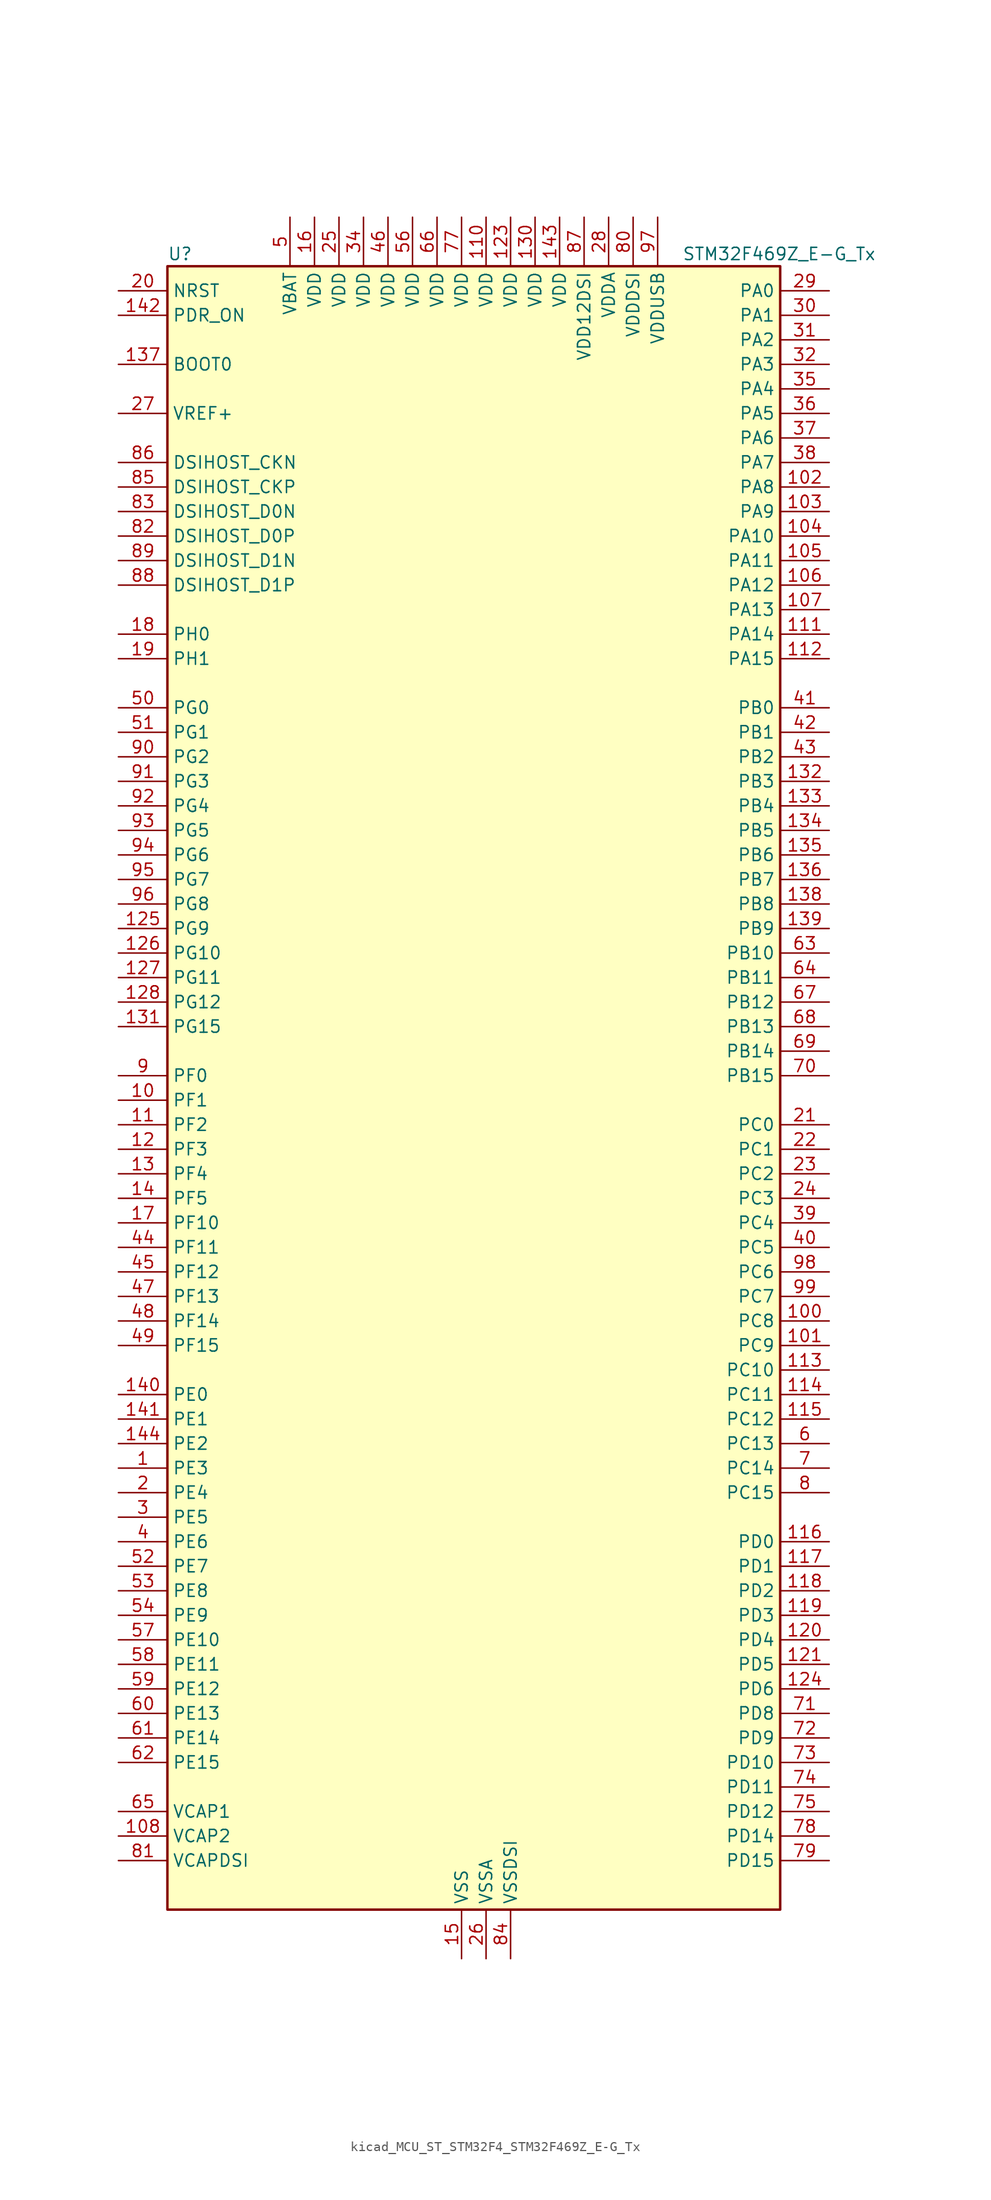
<source format=kicad_sym>
(kicad_symbol_lib
  (version 20220914)
  (generator kicad_symbol_editor)
  (symbol "kicad_MCU_ST_STM32F4_STM32F469Z_E-G_Tx"
    (property "Reference" "U"
      (at -30.48 87.63 0)
      (effects (font (size 1.27 1.27)) (justify left)))
    (property "Value" "STM32F469Z_E-G_Tx"
      (at 22.86 87.63 0)
      (effects (font (size 1.27 1.27)) (justify left)))
    (property "ki_locked" ""
      (at 0 0 0)
      (effects (font (size 1.27 1.27))))
    (symbol "kicad_MCU_ST_STM32F4_STM32F469Z_E-G_Tx_0_1"
      (rectangle (start -30.48 -83.82) (end 33.02 86.36) (stroke (width 0.254) (type default)) (fill (type background))))
    (symbol "kicad_MCU_ST_STM32F4_STM32F469Z_E-G_Tx_1_1"
      (pin bidirectional line (at -35.56 -38.1 0) (length 5.08) (name "PE3" (effects (font (size 1.27 1.27)))) (number "1" (effects (font (size 1.27 1.27)))) (alternate "FMC_A19" bidirectional line) (alternate "SAI1_SD_B" bidirectional line) (alternate "SYS_TRACED0" bidirectional line))
      (pin bidirectional line (at -35.56 0 0) (length 5.08) (name "PF1" (effects (font (size 1.27 1.27)))) (number "10" (effects (font (size 1.27 1.27)))) (alternate "FMC_A1" bidirectional line) (alternate "I2C2_SCL" bidirectional line))
      (pin bidirectional line (at 38.1 -22.86 180) (length 5.08) (name "PC8" (effects (font (size 1.27 1.27)))) (number "100" (effects (font (size 1.27 1.27)))) (alternate "DCMI_D2" bidirectional line) (alternate "SDIO_D0" bidirectional line) (alternate "SYS_TRACED1" bidirectional line) (alternate "TIM3_CH3" bidirectional line) (alternate "TIM8_CH3" bidirectional line) (alternate "USART6_CK" bidirectional line))
      (pin bidirectional line (at 38.1 -25.4 180) (length 5.08) (name "PC9" (effects (font (size 1.27 1.27)))) (number "101" (effects (font (size 1.27 1.27)))) (alternate "DAC_EXTI9" bidirectional line) (alternate "DCMI_D3" bidirectional line) (alternate "I2C3_SDA" bidirectional line) (alternate "I2S_CKIN" bidirectional line) (alternate "QUADSPI_BK1_IO0" bidirectional line) (alternate "RCC_MCO_2" bidirectional line) (alternate "SDIO_D1" bidirectional line) (alternate "TIM3_CH4" bidirectional line) (alternate "TIM8_CH4" bidirectional line))
      (pin bidirectional line (at 38.1 63.5 180) (length 5.08) (name "PA8" (effects (font (size 1.27 1.27)))) (number "102" (effects (font (size 1.27 1.27)))) (alternate "I2C3_SCL" bidirectional line) (alternate "LTDC_R6" bidirectional line) (alternate "RCC_MCO_1" bidirectional line) (alternate "TIM1_CH1" bidirectional line) (alternate "USART1_CK" bidirectional line) (alternate "USB_OTG_FS_SOF" bidirectional line))
      (pin bidirectional line (at 38.1 60.96 180) (length 5.08) (name "PA9" (effects (font (size 1.27 1.27)))) (number "103" (effects (font (size 1.27 1.27)))) (alternate "DAC_EXTI9" bidirectional line) (alternate "DCMI_D0" bidirectional line) (alternate "I2C3_SMBA" bidirectional line) (alternate "I2S2_CK" bidirectional line) (alternate "SPI2_SCK" bidirectional line) (alternate "TIM1_CH2" bidirectional line) (alternate "USART1_TX" bidirectional line) (alternate "USB_OTG_FS_VBUS" bidirectional line))
      (pin bidirectional line (at 38.1 58.42 180) (length 5.08) (name "PA10" (effects (font (size 1.27 1.27)))) (number "104" (effects (font (size 1.27 1.27)))) (alternate "DCMI_D1" bidirectional line) (alternate "TIM1_CH3" bidirectional line) (alternate "USART1_RX" bidirectional line) (alternate "USB_OTG_FS_ID" bidirectional line))
      (pin bidirectional line (at 38.1 55.88 180) (length 5.08) (name "PA11" (effects (font (size 1.27 1.27)))) (number "105" (effects (font (size 1.27 1.27)))) (alternate "ADC1_EXTI11" bidirectional line) (alternate "ADC2_EXTI11" bidirectional line) (alternate "ADC3_EXTI11" bidirectional line) (alternate "CAN1_RX" bidirectional line) (alternate "LTDC_R4" bidirectional line) (alternate "TIM1_CH4" bidirectional line) (alternate "USART1_CTS" bidirectional line) (alternate "USB_OTG_FS_DM" bidirectional line))
      (pin bidirectional line (at 38.1 53.34 180) (length 5.08) (name "PA12" (effects (font (size 1.27 1.27)))) (number "106" (effects (font (size 1.27 1.27)))) (alternate "CAN1_TX" bidirectional line) (alternate "LTDC_R5" bidirectional line) (alternate "TIM1_ETR" bidirectional line) (alternate "USART1_RTS" bidirectional line) (alternate "USB_OTG_FS_DP" bidirectional line))
      (pin bidirectional line (at 38.1 50.8 180) (length 5.08) (name "PA13" (effects (font (size 1.27 1.27)))) (number "107" (effects (font (size 1.27 1.27)))) (alternate "SYS_JTMS-SWDIO" bidirectional line))
      (pin power_out line (at -35.56 -76.2 0) (length 5.08) (name "VCAP2" (effects (font (size 1.27 1.27)))) (number "108" (effects (font (size 1.27 1.27)))))
      (pin passive line (at 0 -88.9 90) (length 5.08) hide (name "VSS" (effects (font (size 1.27 1.27)))) (number "109" (effects (font (size 1.27 1.27)))))
      (pin bidirectional line (at -35.56 -2.54 0) (length 5.08) (name "PF2" (effects (font (size 1.27 1.27)))) (number "11" (effects (font (size 1.27 1.27)))) (alternate "FMC_A2" bidirectional line) (alternate "I2C2_SMBA" bidirectional line))
      (pin power_in line (at 2.54 91.44 270) (length 5.08) (name "VDD" (effects (font (size 1.27 1.27)))) (number "110" (effects (font (size 1.27 1.27)))))
      (pin bidirectional line (at 38.1 48.26 180) (length 5.08) (name "PA14" (effects (font (size 1.27 1.27)))) (number "111" (effects (font (size 1.27 1.27)))) (alternate "SYS_JTCK-SWCLK" bidirectional line))
      (pin bidirectional line (at 38.1 45.72 180) (length 5.08) (name "PA15" (effects (font (size 1.27 1.27)))) (number "112" (effects (font (size 1.27 1.27)))) (alternate "ADC1_EXTI15" bidirectional line) (alternate "ADC2_EXTI15" bidirectional line) (alternate "ADC3_EXTI15" bidirectional line) (alternate "I2S3_WS" bidirectional line) (alternate "SPI1_NSS" bidirectional line) (alternate "SPI3_NSS" bidirectional line) (alternate "SYS_JTDI" bidirectional line) (alternate "TIM2_CH1" bidirectional line) (alternate "TIM2_ETR" bidirectional line))
      (pin bidirectional line (at 38.1 -27.94 180) (length 5.08) (name "PC10" (effects (font (size 1.27 1.27)))) (number "113" (effects (font (size 1.27 1.27)))) (alternate "DCMI_D8" bidirectional line) (alternate "I2S3_CK" bidirectional line) (alternate "LTDC_R2" bidirectional line) (alternate "QUADSPI_BK1_IO1" bidirectional line) (alternate "SDIO_D2" bidirectional line) (alternate "SPI3_SCK" bidirectional line) (alternate "UART4_TX" bidirectional line) (alternate "USART3_TX" bidirectional line))
      (pin bidirectional line (at 38.1 -30.48 180) (length 5.08) (name "PC11" (effects (font (size 1.27 1.27)))) (number "114" (effects (font (size 1.27 1.27)))) (alternate "ADC1_EXTI11" bidirectional line) (alternate "ADC2_EXTI11" bidirectional line) (alternate "ADC3_EXTI11" bidirectional line) (alternate "DCMI_D4" bidirectional line) (alternate "I2S3_ext_SD" bidirectional line) (alternate "QUADSPI_BK2_NCS" bidirectional line) (alternate "SDIO_D3" bidirectional line) (alternate "SPI3_MISO" bidirectional line) (alternate "UART4_RX" bidirectional line) (alternate "USART3_RX" bidirectional line))
      (pin bidirectional line (at 38.1 -33.02 180) (length 5.08) (name "PC12" (effects (font (size 1.27 1.27)))) (number "115" (effects (font (size 1.27 1.27)))) (alternate "DCMI_D9" bidirectional line) (alternate "I2S3_SD" bidirectional line) (alternate "SDIO_CK" bidirectional line) (alternate "SPI3_MOSI" bidirectional line) (alternate "SYS_TRACED3" bidirectional line) (alternate "UART5_TX" bidirectional line) (alternate "USART3_CK" bidirectional line))
      (pin bidirectional line (at 38.1 -45.72 180) (length 5.08) (name "PD0" (effects (font (size 1.27 1.27)))) (number "116" (effects (font (size 1.27 1.27)))) (alternate "CAN1_RX" bidirectional line) (alternate "FMC_D2" bidirectional line) (alternate "FMC_DA2" bidirectional line))
      (pin bidirectional line (at 38.1 -48.26 180) (length 5.08) (name "PD1" (effects (font (size 1.27 1.27)))) (number "117" (effects (font (size 1.27 1.27)))) (alternate "CAN1_TX" bidirectional line) (alternate "FMC_D3" bidirectional line) (alternate "FMC_DA3" bidirectional line))
      (pin bidirectional line (at 38.1 -50.8 180) (length 5.08) (name "PD2" (effects (font (size 1.27 1.27)))) (number "118" (effects (font (size 1.27 1.27)))) (alternate "DCMI_D11" bidirectional line) (alternate "SDIO_CMD" bidirectional line) (alternate "SYS_TRACED2" bidirectional line) (alternate "TIM3_ETR" bidirectional line) (alternate "UART5_RX" bidirectional line))
      (pin bidirectional line (at 38.1 -53.34 180) (length 5.08) (name "PD3" (effects (font (size 1.27 1.27)))) (number "119" (effects (font (size 1.27 1.27)))) (alternate "DCMI_D5" bidirectional line) (alternate "FMC_CLK" bidirectional line) (alternate "I2S2_CK" bidirectional line) (alternate "LTDC_G7" bidirectional line) (alternate "SPI2_SCK" bidirectional line) (alternate "USART2_CTS" bidirectional line))
      (pin bidirectional line (at -35.56 -5.08 0) (length 5.08) (name "PF3" (effects (font (size 1.27 1.27)))) (number "12" (effects (font (size 1.27 1.27)))) (alternate "ADC3_IN9" bidirectional line) (alternate "FMC_A3" bidirectional line))
      (pin bidirectional line (at 38.1 -55.88 180) (length 5.08) (name "PD4" (effects (font (size 1.27 1.27)))) (number "120" (effects (font (size 1.27 1.27)))) (alternate "FMC_NOE" bidirectional line) (alternate "USART2_RTS" bidirectional line))
      (pin bidirectional line (at 38.1 -58.42 180) (length 5.08) (name "PD5" (effects (font (size 1.27 1.27)))) (number "121" (effects (font (size 1.27 1.27)))) (alternate "FMC_NWE" bidirectional line) (alternate "USART2_TX" bidirectional line))
      (pin passive line (at 0 -88.9 90) (length 5.08) hide (name "VSS" (effects (font (size 1.27 1.27)))) (number "122" (effects (font (size 1.27 1.27)))))
      (pin power_in line (at 5.08 91.44 270) (length 5.08) (name "VDD" (effects (font (size 1.27 1.27)))) (number "123" (effects (font (size 1.27 1.27)))))
      (pin bidirectional line (at 38.1 -60.96 180) (length 5.08) (name "PD6" (effects (font (size 1.27 1.27)))) (number "124" (effects (font (size 1.27 1.27)))) (alternate "DCMI_D10" bidirectional line) (alternate "FMC_NWAIT" bidirectional line) (alternate "I2S3_SD" bidirectional line) (alternate "LTDC_B2" bidirectional line) (alternate "SAI1_SD_A" bidirectional line) (alternate "SPI3_MOSI" bidirectional line) (alternate "USART2_RX" bidirectional line))
      (pin bidirectional line (at -35.56 17.78 0) (length 5.08) (name "PG9" (effects (font (size 1.27 1.27)))) (number "125" (effects (font (size 1.27 1.27)))) (alternate "DAC_EXTI9" bidirectional line) (alternate "DCMI_VSYNC" bidirectional line) (alternate "FMC_NCE" bidirectional line) (alternate "FMC_NE2" bidirectional line) (alternate "QUADSPI_BK2_IO2" bidirectional line) (alternate "USART6_RX" bidirectional line))
      (pin bidirectional line (at -35.56 15.24 0) (length 5.08) (name "PG10" (effects (font (size 1.27 1.27)))) (number "126" (effects (font (size 1.27 1.27)))) (alternate "DCMI_D2" bidirectional line) (alternate "FMC_NE3" bidirectional line) (alternate "LTDC_B2" bidirectional line) (alternate "LTDC_G3" bidirectional line))
      (pin bidirectional line (at -35.56 12.7 0) (length 5.08) (name "PG11" (effects (font (size 1.27 1.27)))) (number "127" (effects (font (size 1.27 1.27)))) (alternate "ADC1_EXTI11" bidirectional line) (alternate "ADC2_EXTI11" bidirectional line) (alternate "ADC3_EXTI11" bidirectional line) (alternate "DCMI_D3" bidirectional line) (alternate "LTDC_B3" bidirectional line))
      (pin bidirectional line (at -35.56 10.16 0) (length 5.08) (name "PG12" (effects (font (size 1.27 1.27)))) (number "128" (effects (font (size 1.27 1.27)))) (alternate "FMC_NE4" bidirectional line) (alternate "LTDC_B1" bidirectional line) (alternate "LTDC_B4" bidirectional line) (alternate "USART6_RTS" bidirectional line))
      (pin passive line (at 0 -88.9 90) (length 5.08) hide (name "VSS" (effects (font (size 1.27 1.27)))) (number "129" (effects (font (size 1.27 1.27)))))
      (pin bidirectional line (at -35.56 -7.62 0) (length 5.08) (name "PF4" (effects (font (size 1.27 1.27)))) (number "13" (effects (font (size 1.27 1.27)))) (alternate "ADC3_IN14" bidirectional line) (alternate "FMC_A4" bidirectional line))
      (pin power_in line (at 7.62 91.44 270) (length 5.08) (name "VDD" (effects (font (size 1.27 1.27)))) (number "130" (effects (font (size 1.27 1.27)))))
      (pin bidirectional line (at -35.56 7.62 0) (length 5.08) (name "PG15" (effects (font (size 1.27 1.27)))) (number "131" (effects (font (size 1.27 1.27)))) (alternate "ADC1_EXTI15" bidirectional line) (alternate "ADC2_EXTI15" bidirectional line) (alternate "ADC3_EXTI15" bidirectional line) (alternate "DCMI_D13" bidirectional line) (alternate "FMC_SDNCAS" bidirectional line) (alternate "USART6_CTS" bidirectional line))
      (pin bidirectional line (at 38.1 33.02 180) (length 5.08) (name "PB3" (effects (font (size 1.27 1.27)))) (number "132" (effects (font (size 1.27 1.27)))) (alternate "I2S3_CK" bidirectional line) (alternate "SPI1_SCK" bidirectional line) (alternate "SPI3_SCK" bidirectional line) (alternate "SYS_JTDO-SWO" bidirectional line) (alternate "TIM2_CH2" bidirectional line))
      (pin bidirectional line (at 38.1 30.48 180) (length 5.08) (name "PB4" (effects (font (size 1.27 1.27)))) (number "133" (effects (font (size 1.27 1.27)))) (alternate "I2S3_ext_SD" bidirectional line) (alternate "SPI1_MISO" bidirectional line) (alternate "SPI3_MISO" bidirectional line) (alternate "SYS_JTRST" bidirectional line) (alternate "TIM3_CH1" bidirectional line))
      (pin bidirectional line (at 38.1 27.94 180) (length 5.08) (name "PB5" (effects (font (size 1.27 1.27)))) (number "134" (effects (font (size 1.27 1.27)))) (alternate "CAN2_RX" bidirectional line) (alternate "DCMI_D10" bidirectional line) (alternate "FMC_SDCKE1" bidirectional line) (alternate "I2C1_SMBA" bidirectional line) (alternate "I2S3_SD" bidirectional line) (alternate "LTDC_G7" bidirectional line) (alternate "SPI1_MOSI" bidirectional line) (alternate "SPI3_MOSI" bidirectional line) (alternate "TIM3_CH2" bidirectional line) (alternate "USB_OTG_HS_ULPI_D7" bidirectional line))
      (pin bidirectional line (at 38.1 25.4 180) (length 5.08) (name "PB6" (effects (font (size 1.27 1.27)))) (number "135" (effects (font (size 1.27 1.27)))) (alternate "CAN2_TX" bidirectional line) (alternate "DCMI_D5" bidirectional line) (alternate "FMC_SDNE1" bidirectional line) (alternate "I2C1_SCL" bidirectional line) (alternate "QUADSPI_BK1_NCS" bidirectional line) (alternate "TIM4_CH1" bidirectional line) (alternate "USART1_TX" bidirectional line))
      (pin bidirectional line (at 38.1 22.86 180) (length 5.08) (name "PB7" (effects (font (size 1.27 1.27)))) (number "136" (effects (font (size 1.27 1.27)))) (alternate "DCMI_VSYNC" bidirectional line) (alternate "FMC_NL" bidirectional line) (alternate "I2C1_SDA" bidirectional line) (alternate "TIM4_CH2" bidirectional line) (alternate "USART1_RX" bidirectional line))
      (pin input line (at -35.56 76.2 0) (length 5.08) (name "BOOT0" (effects (font (size 1.27 1.27)))) (number "137" (effects (font (size 1.27 1.27)))))
      (pin bidirectional line (at 38.1 20.32 180) (length 5.08) (name "PB8" (effects (font (size 1.27 1.27)))) (number "138" (effects (font (size 1.27 1.27)))) (alternate "CAN1_RX" bidirectional line) (alternate "DCMI_D6" bidirectional line) (alternate "I2C1_SCL" bidirectional line) (alternate "LTDC_B6" bidirectional line) (alternate "SDIO_D4" bidirectional line) (alternate "TIM10_CH1" bidirectional line) (alternate "TIM4_CH3" bidirectional line))
      (pin bidirectional line (at 38.1 17.78 180) (length 5.08) (name "PB9" (effects (font (size 1.27 1.27)))) (number "139" (effects (font (size 1.27 1.27)))) (alternate "CAN1_TX" bidirectional line) (alternate "DAC_EXTI9" bidirectional line) (alternate "DCMI_D7" bidirectional line) (alternate "I2C1_SDA" bidirectional line) (alternate "I2S2_WS" bidirectional line) (alternate "LTDC_B7" bidirectional line) (alternate "SDIO_D5" bidirectional line) (alternate "SPI2_NSS" bidirectional line) (alternate "TIM11_CH1" bidirectional line) (alternate "TIM4_CH4" bidirectional line))
      (pin bidirectional line (at -35.56 -10.16 0) (length 5.08) (name "PF5" (effects (font (size 1.27 1.27)))) (number "14" (effects (font (size 1.27 1.27)))) (alternate "ADC3_IN15" bidirectional line) (alternate "FMC_A5" bidirectional line))
      (pin bidirectional line (at -35.56 -30.48 0) (length 5.08) (name "PE0" (effects (font (size 1.27 1.27)))) (number "140" (effects (font (size 1.27 1.27)))) (alternate "DCMI_D2" bidirectional line) (alternate "FMC_NBL0" bidirectional line) (alternate "TIM4_ETR" bidirectional line) (alternate "UART8_RX" bidirectional line))
      (pin bidirectional line (at -35.56 -33.02 0) (length 5.08) (name "PE1" (effects (font (size 1.27 1.27)))) (number "141" (effects (font (size 1.27 1.27)))) (alternate "DCMI_D3" bidirectional line) (alternate "FMC_NBL1" bidirectional line) (alternate "UART8_TX" bidirectional line))
      (pin input line (at -35.56 81.28 0) (length 5.08) (name "PDR_ON" (effects (font (size 1.27 1.27)))) (number "142" (effects (font (size 1.27 1.27)))))
      (pin power_in line (at 10.16 91.44 270) (length 5.08) (name "VDD" (effects (font (size 1.27 1.27)))) (number "143" (effects (font (size 1.27 1.27)))))
      (pin bidirectional line (at -35.56 -35.56 0) (length 5.08) (name "PE2" (effects (font (size 1.27 1.27)))) (number "144" (effects (font (size 1.27 1.27)))) (alternate "FMC_A23" bidirectional line) (alternate "QUADSPI_BK1_IO2" bidirectional line) (alternate "SAI1_MCLK_A" bidirectional line) (alternate "SPI4_SCK" bidirectional line) (alternate "SYS_TRACECLK" bidirectional line))
      (pin power_in line (at 0 -88.9 90) (length 5.08) (name "VSS" (effects (font (size 1.27 1.27)))) (number "15" (effects (font (size 1.27 1.27)))))
      (pin power_in line (at -15.24 91.44 270) (length 5.08) (name "VDD" (effects (font (size 1.27 1.27)))) (number "16" (effects (font (size 1.27 1.27)))))
      (pin bidirectional line (at -35.56 -12.7 0) (length 5.08) (name "PF10" (effects (font (size 1.27 1.27)))) (number "17" (effects (font (size 1.27 1.27)))) (alternate "ADC3_IN8" bidirectional line) (alternate "DCMI_D11" bidirectional line) (alternate "LTDC_DE" bidirectional line) (alternate "QUADSPI_CLK" bidirectional line))
      (pin bidirectional line (at -35.56 48.26 0) (length 5.08) (name "PH0" (effects (font (size 1.27 1.27)))) (number "18" (effects (font (size 1.27 1.27)))) (alternate "RCC_OSC_IN" bidirectional line))
      (pin bidirectional line (at -35.56 45.72 0) (length 5.08) (name "PH1" (effects (font (size 1.27 1.27)))) (number "19" (effects (font (size 1.27 1.27)))) (alternate "RCC_OSC_OUT" bidirectional line))
      (pin bidirectional line (at -35.56 -40.64 0) (length 5.08) (name "PE4" (effects (font (size 1.27 1.27)))) (number "2" (effects (font (size 1.27 1.27)))) (alternate "DCMI_D4" bidirectional line) (alternate "FMC_A20" bidirectional line) (alternate "LTDC_B0" bidirectional line) (alternate "SAI1_FS_A" bidirectional line) (alternate "SPI4_NSS" bidirectional line) (alternate "SYS_TRACED1" bidirectional line))
      (pin input line (at -35.56 83.82 0) (length 5.08) (name "NRST" (effects (font (size 1.27 1.27)))) (number "20" (effects (font (size 1.27 1.27)))))
      (pin bidirectional line (at 38.1 -2.54 180) (length 5.08) (name "PC0" (effects (font (size 1.27 1.27)))) (number "21" (effects (font (size 1.27 1.27)))) (alternate "ADC1_IN10" bidirectional line) (alternate "ADC2_IN10" bidirectional line) (alternate "ADC3_IN10" bidirectional line) (alternate "FMC_SDNWE" bidirectional line) (alternate "LTDC_R5" bidirectional line) (alternate "USB_OTG_HS_ULPI_STP" bidirectional line))
      (pin bidirectional line (at 38.1 -5.08 180) (length 5.08) (name "PC1" (effects (font (size 1.27 1.27)))) (number "22" (effects (font (size 1.27 1.27)))) (alternate "ADC1_IN11" bidirectional line) (alternate "ADC2_IN11" bidirectional line) (alternate "ADC3_IN11" bidirectional line) (alternate "I2S2_SD" bidirectional line) (alternate "SAI1_SD_A" bidirectional line) (alternate "SPI2_MOSI" bidirectional line) (alternate "SYS_TRACED0" bidirectional line))
      (pin bidirectional line (at 38.1 -7.62 180) (length 5.08) (name "PC2" (effects (font (size 1.27 1.27)))) (number "23" (effects (font (size 1.27 1.27)))) (alternate "ADC1_IN12" bidirectional line) (alternate "ADC2_IN12" bidirectional line) (alternate "ADC3_IN12" bidirectional line) (alternate "FMC_SDNE0" bidirectional line) (alternate "I2S2_ext_SD" bidirectional line) (alternate "SPI2_MISO" bidirectional line) (alternate "USB_OTG_HS_ULPI_DIR" bidirectional line))
      (pin bidirectional line (at 38.1 -10.16 180) (length 5.08) (name "PC3" (effects (font (size 1.27 1.27)))) (number "24" (effects (font (size 1.27 1.27)))) (alternate "ADC1_IN13" bidirectional line) (alternate "ADC2_IN13" bidirectional line) (alternate "ADC3_IN13" bidirectional line) (alternate "FMC_SDCKE0" bidirectional line) (alternate "I2S2_SD" bidirectional line) (alternate "SPI2_MOSI" bidirectional line) (alternate "USB_OTG_HS_ULPI_NXT" bidirectional line))
      (pin power_in line (at -12.7 91.44 270) (length 5.08) (name "VDD" (effects (font (size 1.27 1.27)))) (number "25" (effects (font (size 1.27 1.27)))))
      (pin power_in line (at 2.54 -88.9 90) (length 5.08) (name "VSSA" (effects (font (size 1.27 1.27)))) (number "26" (effects (font (size 1.27 1.27)))))
      (pin input line (at -35.56 71.12 0) (length 5.08) (name "VREF+" (effects (font (size 1.27 1.27)))) (number "27" (effects (font (size 1.27 1.27)))))
      (pin power_in line (at 15.24 91.44 270) (length 5.08) (name "VDDA" (effects (font (size 1.27 1.27)))) (number "28" (effects (font (size 1.27 1.27)))))
      (pin bidirectional line (at 38.1 83.82 180) (length 5.08) (name "PA0" (effects (font (size 1.27 1.27)))) (number "29" (effects (font (size 1.27 1.27)))) (alternate "ADC1_IN0" bidirectional line) (alternate "ADC2_IN0" bidirectional line) (alternate "ADC3_IN0" bidirectional line) (alternate "SYS_WKUP" bidirectional line) (alternate "TIM2_CH1" bidirectional line) (alternate "TIM2_ETR" bidirectional line) (alternate "TIM5_CH1" bidirectional line) (alternate "TIM8_ETR" bidirectional line) (alternate "UART4_TX" bidirectional line) (alternate "USART2_CTS" bidirectional line))
      (pin bidirectional line (at -35.56 -43.18 0) (length 5.08) (name "PE5" (effects (font (size 1.27 1.27)))) (number "3" (effects (font (size 1.27 1.27)))) (alternate "DCMI_D6" bidirectional line) (alternate "FMC_A21" bidirectional line) (alternate "LTDC_G0" bidirectional line) (alternate "SAI1_SCK_A" bidirectional line) (alternate "SPI4_MISO" bidirectional line) (alternate "SYS_TRACED2" bidirectional line) (alternate "TIM9_CH1" bidirectional line))
      (pin bidirectional line (at 38.1 81.28 180) (length 5.08) (name "PA1" (effects (font (size 1.27 1.27)))) (number "30" (effects (font (size 1.27 1.27)))) (alternate "ADC1_IN1" bidirectional line) (alternate "ADC2_IN1" bidirectional line) (alternate "ADC3_IN1" bidirectional line) (alternate "LTDC_R2" bidirectional line) (alternate "QUADSPI_BK1_IO3" bidirectional line) (alternate "TIM2_CH2" bidirectional line) (alternate "TIM5_CH2" bidirectional line) (alternate "UART4_RX" bidirectional line) (alternate "USART2_RTS" bidirectional line))
      (pin bidirectional line (at 38.1 78.74 180) (length 5.08) (name "PA2" (effects (font (size 1.27 1.27)))) (number "31" (effects (font (size 1.27 1.27)))) (alternate "ADC1_IN2" bidirectional line) (alternate "ADC2_IN2" bidirectional line) (alternate "ADC3_IN2" bidirectional line) (alternate "LTDC_R1" bidirectional line) (alternate "TIM2_CH3" bidirectional line) (alternate "TIM5_CH3" bidirectional line) (alternate "TIM9_CH1" bidirectional line) (alternate "USART2_TX" bidirectional line))
      (pin bidirectional line (at 38.1 76.2 180) (length 5.08) (name "PA3" (effects (font (size 1.27 1.27)))) (number "32" (effects (font (size 1.27 1.27)))) (alternate "ADC1_IN3" bidirectional line) (alternate "ADC2_IN3" bidirectional line) (alternate "ADC3_IN3" bidirectional line) (alternate "LTDC_B2" bidirectional line) (alternate "LTDC_B5" bidirectional line) (alternate "TIM2_CH4" bidirectional line) (alternate "TIM5_CH4" bidirectional line) (alternate "TIM9_CH2" bidirectional line) (alternate "USART2_RX" bidirectional line) (alternate "USB_OTG_HS_ULPI_D0" bidirectional line))
      (pin passive line (at 0 -88.9 90) (length 5.08) hide (name "VSS" (effects (font (size 1.27 1.27)))) (number "33" (effects (font (size 1.27 1.27)))))
      (pin power_in line (at -10.16 91.44 270) (length 5.08) (name "VDD" (effects (font (size 1.27 1.27)))) (number "34" (effects (font (size 1.27 1.27)))))
      (pin bidirectional line (at 38.1 73.66 180) (length 5.08) (name "PA4" (effects (font (size 1.27 1.27)))) (number "35" (effects (font (size 1.27 1.27)))) (alternate "ADC1_IN4" bidirectional line) (alternate "ADC2_IN4" bidirectional line) (alternate "DAC_OUT1" bidirectional line) (alternate "DCMI_HSYNC" bidirectional line) (alternate "I2S3_WS" bidirectional line) (alternate "LTDC_VSYNC" bidirectional line) (alternate "SPI1_NSS" bidirectional line) (alternate "SPI3_NSS" bidirectional line) (alternate "USART2_CK" bidirectional line) (alternate "USB_OTG_HS_SOF" bidirectional line))
      (pin bidirectional line (at 38.1 71.12 180) (length 5.08) (name "PA5" (effects (font (size 1.27 1.27)))) (number "36" (effects (font (size 1.27 1.27)))) (alternate "ADC1_IN5" bidirectional line) (alternate "ADC2_IN5" bidirectional line) (alternate "DAC_OUT2" bidirectional line) (alternate "LTDC_R4" bidirectional line) (alternate "SPI1_SCK" bidirectional line) (alternate "TIM2_CH1" bidirectional line) (alternate "TIM2_ETR" bidirectional line) (alternate "TIM8_CH1N" bidirectional line) (alternate "USB_OTG_HS_ULPI_CK" bidirectional line))
      (pin bidirectional line (at 38.1 68.58 180) (length 5.08) (name "PA6" (effects (font (size 1.27 1.27)))) (number "37" (effects (font (size 1.27 1.27)))) (alternate "ADC1_IN6" bidirectional line) (alternate "ADC2_IN6" bidirectional line) (alternate "DCMI_PIXCLK" bidirectional line) (alternate "LTDC_G2" bidirectional line) (alternate "SPI1_MISO" bidirectional line) (alternate "TIM13_CH1" bidirectional line) (alternate "TIM1_BKIN" bidirectional line) (alternate "TIM3_CH1" bidirectional line) (alternate "TIM8_BKIN" bidirectional line))
      (pin bidirectional line (at 38.1 66.04 180) (length 5.08) (name "PA7" (effects (font (size 1.27 1.27)))) (number "38" (effects (font (size 1.27 1.27)))) (alternate "ADC1_IN7" bidirectional line) (alternate "ADC2_IN7" bidirectional line) (alternate "FMC_SDNWE" bidirectional line) (alternate "QUADSPI_CLK" bidirectional line) (alternate "SPI1_MOSI" bidirectional line) (alternate "TIM14_CH1" bidirectional line) (alternate "TIM1_CH1N" bidirectional line) (alternate "TIM3_CH2" bidirectional line) (alternate "TIM8_CH1N" bidirectional line))
      (pin bidirectional line (at 38.1 -12.7 180) (length 5.08) (name "PC4" (effects (font (size 1.27 1.27)))) (number "39" (effects (font (size 1.27 1.27)))) (alternate "ADC1_IN14" bidirectional line) (alternate "ADC2_IN14" bidirectional line) (alternate "FMC_SDNE0" bidirectional line))
      (pin bidirectional line (at -35.56 -45.72 0) (length 5.08) (name "PE6" (effects (font (size 1.27 1.27)))) (number "4" (effects (font (size 1.27 1.27)))) (alternate "DCMI_D7" bidirectional line) (alternate "FMC_A22" bidirectional line) (alternate "LTDC_G1" bidirectional line) (alternate "SAI1_SD_A" bidirectional line) (alternate "SPI4_MOSI" bidirectional line) (alternate "SYS_TRACED3" bidirectional line) (alternate "TIM9_CH2" bidirectional line))
      (pin bidirectional line (at 38.1 -15.24 180) (length 5.08) (name "PC5" (effects (font (size 1.27 1.27)))) (number "40" (effects (font (size 1.27 1.27)))) (alternate "ADC1_IN15" bidirectional line) (alternate "ADC2_IN15" bidirectional line) (alternate "FMC_SDCKE0" bidirectional line))
      (pin bidirectional line (at 38.1 40.64 180) (length 5.08) (name "PB0" (effects (font (size 1.27 1.27)))) (number "41" (effects (font (size 1.27 1.27)))) (alternate "ADC1_IN8" bidirectional line) (alternate "ADC2_IN8" bidirectional line) (alternate "LTDC_G1" bidirectional line) (alternate "LTDC_R3" bidirectional line) (alternate "TIM1_CH2N" bidirectional line) (alternate "TIM3_CH3" bidirectional line) (alternate "TIM8_CH2N" bidirectional line) (alternate "USB_OTG_HS_ULPI_D1" bidirectional line))
      (pin bidirectional line (at 38.1 38.1 180) (length 5.08) (name "PB1" (effects (font (size 1.27 1.27)))) (number "42" (effects (font (size 1.27 1.27)))) (alternate "ADC1_IN9" bidirectional line) (alternate "ADC2_IN9" bidirectional line) (alternate "LTDC_G0" bidirectional line) (alternate "LTDC_R6" bidirectional line) (alternate "TIM1_CH3N" bidirectional line) (alternate "TIM3_CH4" bidirectional line) (alternate "TIM8_CH3N" bidirectional line) (alternate "USB_OTG_HS_ULPI_D2" bidirectional line))
      (pin bidirectional line (at 38.1 35.56 180) (length 5.08) (name "PB2" (effects (font (size 1.27 1.27)))) (number "43" (effects (font (size 1.27 1.27)))))
      (pin bidirectional line (at -35.56 -15.24 0) (length 5.08) (name "PF11" (effects (font (size 1.27 1.27)))) (number "44" (effects (font (size 1.27 1.27)))) (alternate "ADC1_EXTI11" bidirectional line) (alternate "ADC2_EXTI11" bidirectional line) (alternate "ADC3_EXTI11" bidirectional line) (alternate "DCMI_D12" bidirectional line) (alternate "FMC_SDNRAS" bidirectional line))
      (pin bidirectional line (at -35.56 -17.78 0) (length 5.08) (name "PF12" (effects (font (size 1.27 1.27)))) (number "45" (effects (font (size 1.27 1.27)))) (alternate "FMC_A6" bidirectional line))
      (pin power_in line (at -7.62 91.44 270) (length 5.08) (name "VDD" (effects (font (size 1.27 1.27)))) (number "46" (effects (font (size 1.27 1.27)))))
      (pin bidirectional line (at -35.56 -20.32 0) (length 5.08) (name "PF13" (effects (font (size 1.27 1.27)))) (number "47" (effects (font (size 1.27 1.27)))) (alternate "FMC_A7" bidirectional line))
      (pin bidirectional line (at -35.56 -22.86 0) (length 5.08) (name "PF14" (effects (font (size 1.27 1.27)))) (number "48" (effects (font (size 1.27 1.27)))) (alternate "FMC_A8" bidirectional line))
      (pin bidirectional line (at -35.56 -25.4 0) (length 5.08) (name "PF15" (effects (font (size 1.27 1.27)))) (number "49" (effects (font (size 1.27 1.27)))) (alternate "ADC1_EXTI15" bidirectional line) (alternate "ADC2_EXTI15" bidirectional line) (alternate "ADC3_EXTI15" bidirectional line) (alternate "FMC_A9" bidirectional line))
      (pin power_in line (at -17.78 91.44 270) (length 5.08) (name "VBAT" (effects (font (size 1.27 1.27)))) (number "5" (effects (font (size 1.27 1.27)))))
      (pin bidirectional line (at -35.56 40.64 0) (length 5.08) (name "PG0" (effects (font (size 1.27 1.27)))) (number "50" (effects (font (size 1.27 1.27)))) (alternate "FMC_A10" bidirectional line))
      (pin bidirectional line (at -35.56 38.1 0) (length 5.08) (name "PG1" (effects (font (size 1.27 1.27)))) (number "51" (effects (font (size 1.27 1.27)))) (alternate "FMC_A11" bidirectional line))
      (pin bidirectional line (at -35.56 -48.26 0) (length 5.08) (name "PE7" (effects (font (size 1.27 1.27)))) (number "52" (effects (font (size 1.27 1.27)))) (alternate "FMC_D4" bidirectional line) (alternate "FMC_DA4" bidirectional line) (alternate "QUADSPI_BK2_IO0" bidirectional line) (alternate "TIM1_ETR" bidirectional line) (alternate "UART7_RX" bidirectional line))
      (pin bidirectional line (at -35.56 -50.8 0) (length 5.08) (name "PE8" (effects (font (size 1.27 1.27)))) (number "53" (effects (font (size 1.27 1.27)))) (alternate "FMC_D5" bidirectional line) (alternate "FMC_DA5" bidirectional line) (alternate "QUADSPI_BK2_IO1" bidirectional line) (alternate "TIM1_CH1N" bidirectional line) (alternate "UART7_TX" bidirectional line))
      (pin bidirectional line (at -35.56 -53.34 0) (length 5.08) (name "PE9" (effects (font (size 1.27 1.27)))) (number "54" (effects (font (size 1.27 1.27)))) (alternate "DAC_EXTI9" bidirectional line) (alternate "FMC_D6" bidirectional line) (alternate "FMC_DA6" bidirectional line) (alternate "QUADSPI_BK2_IO2" bidirectional line) (alternate "TIM1_CH1" bidirectional line))
      (pin passive line (at 0 -88.9 90) (length 5.08) hide (name "VSS" (effects (font (size 1.27 1.27)))) (number "55" (effects (font (size 1.27 1.27)))))
      (pin power_in line (at -5.08 91.44 270) (length 5.08) (name "VDD" (effects (font (size 1.27 1.27)))) (number "56" (effects (font (size 1.27 1.27)))))
      (pin bidirectional line (at -35.56 -55.88 0) (length 5.08) (name "PE10" (effects (font (size 1.27 1.27)))) (number "57" (effects (font (size 1.27 1.27)))) (alternate "FMC_D7" bidirectional line) (alternate "FMC_DA7" bidirectional line) (alternate "QUADSPI_BK2_IO3" bidirectional line) (alternate "TIM1_CH2N" bidirectional line))
      (pin bidirectional line (at -35.56 -58.42 0) (length 5.08) (name "PE11" (effects (font (size 1.27 1.27)))) (number "58" (effects (font (size 1.27 1.27)))) (alternate "ADC1_EXTI11" bidirectional line) (alternate "ADC2_EXTI11" bidirectional line) (alternate "ADC3_EXTI11" bidirectional line) (alternate "FMC_D8" bidirectional line) (alternate "FMC_DA8" bidirectional line) (alternate "LTDC_G3" bidirectional line) (alternate "SPI4_NSS" bidirectional line) (alternate "TIM1_CH2" bidirectional line))
      (pin bidirectional line (at -35.56 -60.96 0) (length 5.08) (name "PE12" (effects (font (size 1.27 1.27)))) (number "59" (effects (font (size 1.27 1.27)))) (alternate "FMC_D9" bidirectional line) (alternate "FMC_DA9" bidirectional line) (alternate "LTDC_B4" bidirectional line) (alternate "SPI4_SCK" bidirectional line) (alternate "TIM1_CH3N" bidirectional line))
      (pin bidirectional line (at 38.1 -35.56 180) (length 5.08) (name "PC13" (effects (font (size 1.27 1.27)))) (number "6" (effects (font (size 1.27 1.27)))) (alternate "RTC_AF1" bidirectional line))
      (pin bidirectional line (at -35.56 -63.5 0) (length 5.08) (name "PE13" (effects (font (size 1.27 1.27)))) (number "60" (effects (font (size 1.27 1.27)))) (alternate "FMC_D10" bidirectional line) (alternate "FMC_DA10" bidirectional line) (alternate "LTDC_DE" bidirectional line) (alternate "SPI4_MISO" bidirectional line) (alternate "TIM1_CH3" bidirectional line))
      (pin bidirectional line (at -35.56 -66.04 0) (length 5.08) (name "PE14" (effects (font (size 1.27 1.27)))) (number "61" (effects (font (size 1.27 1.27)))) (alternate "FMC_D11" bidirectional line) (alternate "FMC_DA11" bidirectional line) (alternate "LTDC_CLK" bidirectional line) (alternate "SPI4_MOSI" bidirectional line) (alternate "TIM1_CH4" bidirectional line))
      (pin bidirectional line (at -35.56 -68.58 0) (length 5.08) (name "PE15" (effects (font (size 1.27 1.27)))) (number "62" (effects (font (size 1.27 1.27)))) (alternate "ADC1_EXTI15" bidirectional line) (alternate "ADC2_EXTI15" bidirectional line) (alternate "ADC3_EXTI15" bidirectional line) (alternate "FMC_D12" bidirectional line) (alternate "FMC_DA12" bidirectional line) (alternate "LTDC_R7" bidirectional line) (alternate "TIM1_BKIN" bidirectional line))
      (pin bidirectional line (at 38.1 15.24 180) (length 5.08) (name "PB10" (effects (font (size 1.27 1.27)))) (number "63" (effects (font (size 1.27 1.27)))) (alternate "I2C2_SCL" bidirectional line) (alternate "I2S2_CK" bidirectional line) (alternate "LTDC_G4" bidirectional line) (alternate "QUADSPI_BK1_NCS" bidirectional line) (alternate "SPI2_SCK" bidirectional line) (alternate "TIM2_CH3" bidirectional line) (alternate "USART3_TX" bidirectional line) (alternate "USB_OTG_HS_ULPI_D3" bidirectional line))
      (pin bidirectional line (at 38.1 12.7 180) (length 5.08) (name "PB11" (effects (font (size 1.27 1.27)))) (number "64" (effects (font (size 1.27 1.27)))) (alternate "ADC1_EXTI11" bidirectional line) (alternate "ADC2_EXTI11" bidirectional line) (alternate "ADC3_EXTI11" bidirectional line) (alternate "DSIHOST_TE" bidirectional line) (alternate "I2C2_SDA" bidirectional line) (alternate "LTDC_G5" bidirectional line) (alternate "TIM2_CH4" bidirectional line) (alternate "USART3_RX" bidirectional line) (alternate "USB_OTG_HS_ULPI_D4" bidirectional line))
      (pin power_out line (at -35.56 -73.66 0) (length 5.08) (name "VCAP1" (effects (font (size 1.27 1.27)))) (number "65" (effects (font (size 1.27 1.27)))))
      (pin power_in line (at -2.54 91.44 270) (length 5.08) (name "VDD" (effects (font (size 1.27 1.27)))) (number "66" (effects (font (size 1.27 1.27)))))
      (pin bidirectional line (at 38.1 10.16 180) (length 5.08) (name "PB12" (effects (font (size 1.27 1.27)))) (number "67" (effects (font (size 1.27 1.27)))) (alternate "CAN2_RX" bidirectional line) (alternate "I2C2_SMBA" bidirectional line) (alternate "I2S2_WS" bidirectional line) (alternate "SPI2_NSS" bidirectional line) (alternate "TIM1_BKIN" bidirectional line) (alternate "USART3_CK" bidirectional line) (alternate "USB_OTG_HS_ID" bidirectional line) (alternate "USB_OTG_HS_ULPI_D5" bidirectional line))
      (pin bidirectional line (at 38.1 7.62 180) (length 5.08) (name "PB13" (effects (font (size 1.27 1.27)))) (number "68" (effects (font (size 1.27 1.27)))) (alternate "CAN2_TX" bidirectional line) (alternate "I2S2_CK" bidirectional line) (alternate "SPI2_SCK" bidirectional line) (alternate "TIM1_CH1N" bidirectional line) (alternate "USART3_CTS" bidirectional line) (alternate "USB_OTG_HS_ULPI_D6" bidirectional line) (alternate "USB_OTG_HS_VBUS" bidirectional line))
      (pin bidirectional line (at 38.1 5.08 180) (length 5.08) (name "PB14" (effects (font (size 1.27 1.27)))) (number "69" (effects (font (size 1.27 1.27)))) (alternate "I2S2_ext_SD" bidirectional line) (alternate "SPI2_MISO" bidirectional line) (alternate "TIM12_CH1" bidirectional line) (alternate "TIM1_CH2N" bidirectional line) (alternate "TIM8_CH2N" bidirectional line) (alternate "USART3_RTS" bidirectional line) (alternate "USB_OTG_HS_DM" bidirectional line))
      (pin bidirectional line (at 38.1 -38.1 180) (length 5.08) (name "PC14" (effects (font (size 1.27 1.27)))) (number "7" (effects (font (size 1.27 1.27)))) (alternate "RCC_OSC32_IN" bidirectional line))
      (pin bidirectional line (at 38.1 2.54 180) (length 5.08) (name "PB15" (effects (font (size 1.27 1.27)))) (number "70" (effects (font (size 1.27 1.27)))) (alternate "ADC1_EXTI15" bidirectional line) (alternate "ADC2_EXTI15" bidirectional line) (alternate "ADC3_EXTI15" bidirectional line) (alternate "I2S2_SD" bidirectional line) (alternate "RTC_REFIN" bidirectional line) (alternate "SPI2_MOSI" bidirectional line) (alternate "TIM12_CH2" bidirectional line) (alternate "TIM1_CH3N" bidirectional line) (alternate "TIM8_CH3N" bidirectional line) (alternate "USB_OTG_HS_DP" bidirectional line))
      (pin bidirectional line (at 38.1 -63.5 180) (length 5.08) (name "PD8" (effects (font (size 1.27 1.27)))) (number "71" (effects (font (size 1.27 1.27)))) (alternate "FMC_D13" bidirectional line) (alternate "FMC_DA13" bidirectional line) (alternate "USART3_TX" bidirectional line))
      (pin bidirectional line (at 38.1 -66.04 180) (length 5.08) (name "PD9" (effects (font (size 1.27 1.27)))) (number "72" (effects (font (size 1.27 1.27)))) (alternate "DAC_EXTI9" bidirectional line) (alternate "FMC_D14" bidirectional line) (alternate "FMC_DA14" bidirectional line) (alternate "USART3_RX" bidirectional line))
      (pin bidirectional line (at 38.1 -68.58 180) (length 5.08) (name "PD10" (effects (font (size 1.27 1.27)))) (number "73" (effects (font (size 1.27 1.27)))) (alternate "FMC_D15" bidirectional line) (alternate "FMC_DA15" bidirectional line) (alternate "LTDC_B3" bidirectional line) (alternate "USART3_CK" bidirectional line))
      (pin bidirectional line (at 38.1 -71.12 180) (length 5.08) (name "PD11" (effects (font (size 1.27 1.27)))) (number "74" (effects (font (size 1.27 1.27)))) (alternate "ADC1_EXTI11" bidirectional line) (alternate "ADC2_EXTI11" bidirectional line) (alternate "ADC3_EXTI11" bidirectional line) (alternate "FMC_A16" bidirectional line) (alternate "FMC_CLE" bidirectional line) (alternate "QUADSPI_BK1_IO0" bidirectional line) (alternate "USART3_CTS" bidirectional line))
      (pin bidirectional line (at 38.1 -73.66 180) (length 5.08) (name "PD12" (effects (font (size 1.27 1.27)))) (number "75" (effects (font (size 1.27 1.27)))) (alternate "FMC_A17" bidirectional line) (alternate "FMC_ALE" bidirectional line) (alternate "QUADSPI_BK1_IO1" bidirectional line) (alternate "TIM4_CH1" bidirectional line) (alternate "USART3_RTS" bidirectional line))
      (pin passive line (at 0 -88.9 90) (length 5.08) hide (name "VSS" (effects (font (size 1.27 1.27)))) (number "76" (effects (font (size 1.27 1.27)))))
      (pin power_in line (at 0 91.44 270) (length 5.08) (name "VDD" (effects (font (size 1.27 1.27)))) (number "77" (effects (font (size 1.27 1.27)))))
      (pin bidirectional line (at 38.1 -76.2 180) (length 5.08) (name "PD14" (effects (font (size 1.27 1.27)))) (number "78" (effects (font (size 1.27 1.27)))) (alternate "FMC_D0" bidirectional line) (alternate "FMC_DA0" bidirectional line) (alternate "TIM4_CH3" bidirectional line))
      (pin bidirectional line (at 38.1 -78.74 180) (length 5.08) (name "PD15" (effects (font (size 1.27 1.27)))) (number "79" (effects (font (size 1.27 1.27)))) (alternate "ADC1_EXTI15" bidirectional line) (alternate "ADC2_EXTI15" bidirectional line) (alternate "ADC3_EXTI15" bidirectional line) (alternate "FMC_D1" bidirectional line) (alternate "FMC_DA1" bidirectional line) (alternate "TIM4_CH4" bidirectional line))
      (pin bidirectional line (at 38.1 -40.64 180) (length 5.08) (name "PC15" (effects (font (size 1.27 1.27)))) (number "8" (effects (font (size 1.27 1.27)))) (alternate "ADC1_EXTI15" bidirectional line) (alternate "ADC2_EXTI15" bidirectional line) (alternate "ADC3_EXTI15" bidirectional line) (alternate "RCC_OSC32_OUT" bidirectional line))
      (pin power_in line (at 17.78 91.44 270) (length 5.08) (name "VDDDSI" (effects (font (size 1.27 1.27)))) (number "80" (effects (font (size 1.27 1.27)))))
      (pin power_out line (at -35.56 -78.74 0) (length 5.08) (name "VCAPDSI" (effects (font (size 1.27 1.27)))) (number "81" (effects (font (size 1.27 1.27)))))
      (pin bidirectional line (at -35.56 58.42 0) (length 5.08) (name "DSIHOST_D0P" (effects (font (size 1.27 1.27)))) (number "82" (effects (font (size 1.27 1.27)))) (alternate "DSIHOST_D0P" bidirectional line))
      (pin bidirectional line (at -35.56 60.96 0) (length 5.08) (name "DSIHOST_D0N" (effects (font (size 1.27 1.27)))) (number "83" (effects (font (size 1.27 1.27)))) (alternate "DSIHOST_D0N" bidirectional line))
      (pin power_in line (at 5.08 -88.9 90) (length 5.08) (name "VSSDSI" (effects (font (size 1.27 1.27)))) (number "84" (effects (font (size 1.27 1.27)))))
      (pin bidirectional line (at -35.56 63.5 0) (length 5.08) (name "DSIHOST_CKP" (effects (font (size 1.27 1.27)))) (number "85" (effects (font (size 1.27 1.27)))) (alternate "DSIHOST_CKP" bidirectional line))
      (pin bidirectional line (at -35.56 66.04 0) (length 5.08) (name "DSIHOST_CKN" (effects (font (size 1.27 1.27)))) (number "86" (effects (font (size 1.27 1.27)))) (alternate "DSIHOST_CKN" bidirectional line))
      (pin power_in line (at 12.7 91.44 270) (length 5.08) (name "VDD12DSI" (effects (font (size 1.27 1.27)))) (number "87" (effects (font (size 1.27 1.27)))))
      (pin bidirectional line (at -35.56 53.34 0) (length 5.08) (name "DSIHOST_D1P" (effects (font (size 1.27 1.27)))) (number "88" (effects (font (size 1.27 1.27)))) (alternate "DSIHOST_D1P" bidirectional line))
      (pin bidirectional line (at -35.56 55.88 0) (length 5.08) (name "DSIHOST_D1N" (effects (font (size 1.27 1.27)))) (number "89" (effects (font (size 1.27 1.27)))) (alternate "DSIHOST_D1N" bidirectional line))
      (pin bidirectional line (at -35.56 2.54 0) (length 5.08) (name "PF0" (effects (font (size 1.27 1.27)))) (number "9" (effects (font (size 1.27 1.27)))) (alternate "FMC_A0" bidirectional line) (alternate "I2C2_SDA" bidirectional line))
      (pin bidirectional line (at -35.56 35.56 0) (length 5.08) (name "PG2" (effects (font (size 1.27 1.27)))) (number "90" (effects (font (size 1.27 1.27)))) (alternate "FMC_A12" bidirectional line))
      (pin bidirectional line (at -35.56 33.02 0) (length 5.08) (name "PG3" (effects (font (size 1.27 1.27)))) (number "91" (effects (font (size 1.27 1.27)))) (alternate "FMC_A13" bidirectional line))
      (pin bidirectional line (at -35.56 30.48 0) (length 5.08) (name "PG4" (effects (font (size 1.27 1.27)))) (number "92" (effects (font (size 1.27 1.27)))) (alternate "FMC_A14" bidirectional line) (alternate "FMC_BA0" bidirectional line))
      (pin bidirectional line (at -35.56 27.94 0) (length 5.08) (name "PG5" (effects (font (size 1.27 1.27)))) (number "93" (effects (font (size 1.27 1.27)))) (alternate "FMC_A15" bidirectional line) (alternate "FMC_BA1" bidirectional line))
      (pin bidirectional line (at -35.56 25.4 0) (length 5.08) (name "PG6" (effects (font (size 1.27 1.27)))) (number "94" (effects (font (size 1.27 1.27)))) (alternate "DCMI_D12" bidirectional line) (alternate "LTDC_R7" bidirectional line))
      (pin bidirectional line (at -35.56 22.86 0) (length 5.08) (name "PG7" (effects (font (size 1.27 1.27)))) (number "95" (effects (font (size 1.27 1.27)))) (alternate "DCMI_D13" bidirectional line) (alternate "FMC_INT" bidirectional line) (alternate "LTDC_CLK" bidirectional line) (alternate "SAI1_MCLK_A" bidirectional line) (alternate "USART6_CK" bidirectional line))
      (pin bidirectional line (at -35.56 20.32 0) (length 5.08) (name "PG8" (effects (font (size 1.27 1.27)))) (number "96" (effects (font (size 1.27 1.27)))) (alternate "FMC_SDCLK" bidirectional line) (alternate "LTDC_G7" bidirectional line) (alternate "USART6_RTS" bidirectional line))
      (pin power_in line (at 20.32 91.44 270) (length 5.08) (name "VDDUSB" (effects (font (size 1.27 1.27)))) (number "97" (effects (font (size 1.27 1.27)))))
      (pin bidirectional line (at 38.1 -17.78 180) (length 5.08) (name "PC6" (effects (font (size 1.27 1.27)))) (number "98" (effects (font (size 1.27 1.27)))) (alternate "DCMI_D0" bidirectional line) (alternate "I2S2_MCK" bidirectional line) (alternate "LTDC_HSYNC" bidirectional line) (alternate "SDIO_D6" bidirectional line) (alternate "TIM3_CH1" bidirectional line) (alternate "TIM8_CH1" bidirectional line) (alternate "USART6_TX" bidirectional line))
      (pin bidirectional line (at 38.1 -20.32 180) (length 5.08) (name "PC7" (effects (font (size 1.27 1.27)))) (number "99" (effects (font (size 1.27 1.27)))) (alternate "DCMI_D1" bidirectional line) (alternate "I2S3_MCK" bidirectional line) (alternate "LTDC_G6" bidirectional line) (alternate "SDIO_D7" bidirectional line) (alternate "TIM3_CH2" bidirectional line) (alternate "TIM8_CH2" bidirectional line) (alternate "USART6_RX" bidirectional line)))))
</source>
